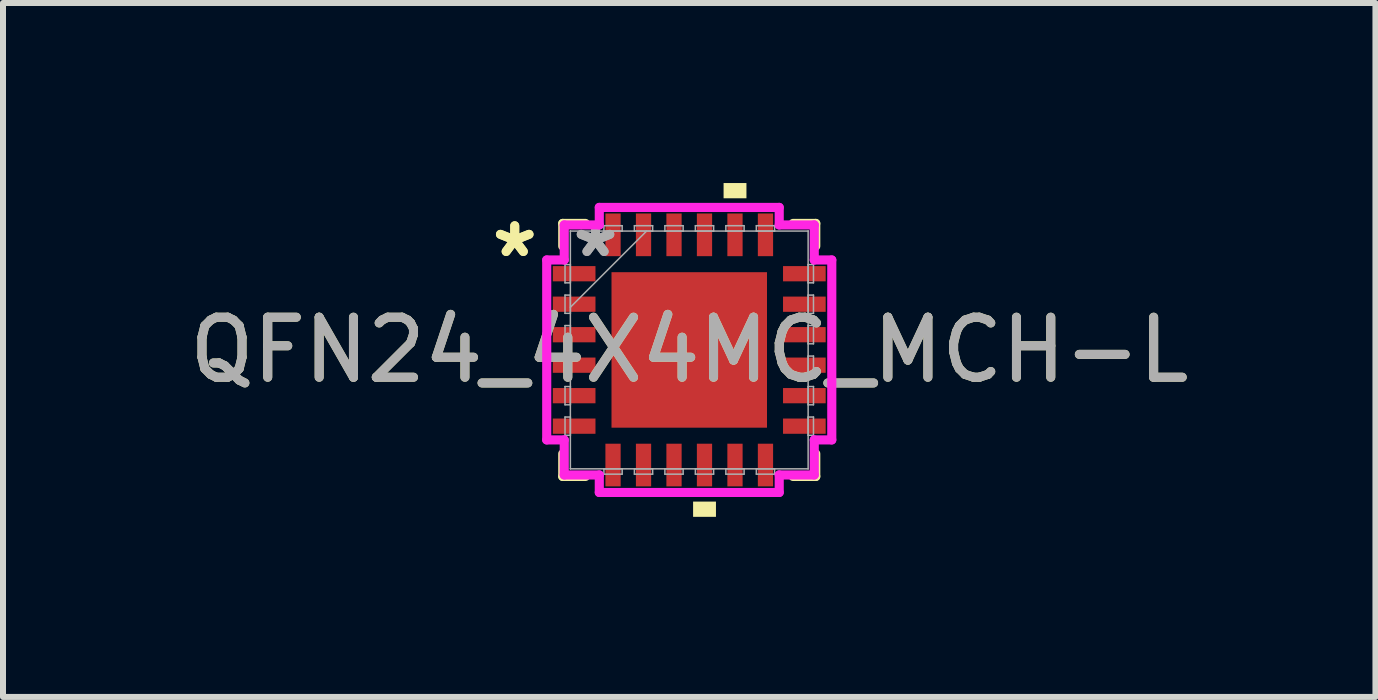
<source format=kicad_pcb>
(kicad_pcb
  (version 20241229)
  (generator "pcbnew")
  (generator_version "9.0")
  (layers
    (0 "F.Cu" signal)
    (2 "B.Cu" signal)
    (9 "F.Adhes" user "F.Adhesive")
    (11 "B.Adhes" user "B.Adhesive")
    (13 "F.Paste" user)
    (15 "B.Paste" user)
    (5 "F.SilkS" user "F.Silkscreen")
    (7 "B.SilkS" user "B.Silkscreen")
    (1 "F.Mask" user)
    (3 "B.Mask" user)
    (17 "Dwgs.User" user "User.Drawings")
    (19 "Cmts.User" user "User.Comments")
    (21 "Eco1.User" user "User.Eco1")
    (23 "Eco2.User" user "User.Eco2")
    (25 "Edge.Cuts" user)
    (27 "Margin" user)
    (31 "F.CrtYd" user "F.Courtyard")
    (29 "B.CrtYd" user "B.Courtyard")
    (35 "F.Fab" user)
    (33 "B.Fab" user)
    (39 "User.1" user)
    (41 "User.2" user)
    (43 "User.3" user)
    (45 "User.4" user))
  (footprint "QFN24_4X4MC_MCH-L"
    (layer "F.Cu")
    (at 8.435 2.781)
    (property "Reference" "QFN24_4X4MC_MCH-L" (at 0 0 0) (unlocked yes) (layer "F.SilkS") (effects (font (size 1 1) (thickness 0.15))))
    (attr smd)
    (fp_poly (pts (xy -1.359 -1.359) (xy -0.987 -1.359) (xy -0.987 1.359) (xy -1.359 1.359)) (stroke (width 0) (type solid)) (fill yes) (layer "F.Mask"))
    (fp_poly (pts (xy -1.359 -1.359) (xy 1.359 -1.359) (xy 1.359 -0.987) (xy -1.359 -0.987)) (stroke (width 0) (type solid)) (fill yes) (layer "F.Mask"))
    (fp_poly (pts (xy -1.359 -0.587) (xy 1.359 -0.587) (xy 1.359 -0.2) (xy -1.359 -0.2)) (stroke (width 0) (type solid)) (fill yes) (layer "F.Mask"))
    (fp_poly (pts (xy -1.359 0.2) (xy 1.359 0.2) (xy 1.359 0.587) (xy -1.359 0.587)) (stroke (width 0) (type solid)) (fill yes) (layer "F.Mask"))
    (fp_poly (pts (xy -1.359 0.987) (xy 1.359 0.987) (xy 1.359 1.359) (xy -1.359 1.359)) (stroke (width 0) (type solid)) (fill yes) (layer "F.Mask"))
    (fp_poly (pts (xy -0.2 -1.359) (xy -0.587 -1.359) (xy -0.587 1.359) (xy -0.2 1.359)) (stroke (width 0) (type solid)) (fill yes) (layer "F.Mask"))
    (fp_poly (pts (xy 0.587 -1.359) (xy 0.2 -1.359) (xy 0.2 1.359) (xy 0.587 1.359)) (stroke (width 0) (type solid)) (fill yes) (layer "F.Mask"))
    (fp_poly (pts (xy 0.987 -1.359) (xy 1.359 -1.359) (xy 1.359 1.359) (xy 0.987 1.359)) (stroke (width 0) (type solid)) (fill yes) (layer "F.Mask"))
    (fp_line (start -2.108 -2.108) (end -2.108 -1.73) (stroke (width 0.152) (type solid)) (layer "F.SilkS"))
    (fp_line (start -2.108 1.73) (end -2.108 2.108) (stroke (width 0.152) (type solid)) (layer "F.SilkS"))
    (fp_line (start -2.108 2.108) (end -1.73 2.108) (stroke (width 0.152) (type solid)) (layer "F.SilkS"))
    (fp_line (start -1.73 -2.108) (end -2.108 -2.108) (stroke (width 0.152) (type solid)) (layer "F.SilkS"))
    (fp_line (start 1.73 2.108) (end 2.108 2.108) (stroke (width 0.152) (type solid)) (layer "F.SilkS"))
    (fp_line (start 2.108 -2.108) (end 1.73 -2.108) (stroke (width 0.152) (type solid)) (layer "F.SilkS"))
    (fp_line (start 2.108 -1.73) (end 2.108 -2.108) (stroke (width 0.152) (type solid)) (layer "F.SilkS"))
    (fp_line (start 2.108 2.108) (end 2.108 1.73) (stroke (width 0.152) (type solid)) (layer "F.SilkS"))
    (fp_poly (pts (xy 0.064 2.527) (xy 0.064 2.781) (xy 0.445 2.781) (xy 0.445 2.527)) (stroke (width 0) (type solid)) (fill yes) (layer "F.SilkS"))
    (fp_poly (pts (xy 0.572 -2.527) (xy 0.572 -2.781) (xy 0.953 -2.781) (xy 0.953 -2.527)) (stroke (width 0) (type solid)) (fill yes) (layer "F.SilkS"))
    (fp_poly (pts (xy -1.22 -1.22) (xy -1.22 -0.887) (xy -1.029 -0.887) (xy -0.887 -1.029) (xy -0.887 -1.22)) (stroke (width 0) (type solid)) (fill yes) (layer "F.Paste"))
    (fp_poly (pts (xy -1.22 0.887) (xy -1.22 1.22) (xy -0.887 1.22) (xy -0.887 1.029) (xy -1.029 0.887)) (stroke (width 0) (type solid)) (fill yes) (layer "F.Paste"))
    (fp_poly (pts (xy 0.887 -1.22) (xy 0.887 -1.029) (xy 1.029 -0.887) (xy 1.22 -0.887) (xy 1.22 -1.22)) (stroke (width 0) (type solid)) (fill yes) (layer "F.Paste"))
    (fp_poly (pts (xy 1.029 0.887) (xy 0.887 1.029) (xy 0.887 1.22) (xy 1.22 1.22) (xy 1.22 0.887)) (stroke (width 0) (type solid)) (fill yes) (layer "F.Paste"))
    (fp_poly (pts (xy -1.22 -0.687) (xy -1.22 -0.1) (xy -1.029 -0.1) (xy -0.887 -0.241) (xy -0.887 -0.546) (xy -1.029 -0.687)) (stroke (width 0) (type solid)) (fill yes) (layer "F.Paste"))
    (fp_poly (pts (xy -1.22 0.1) (xy -1.22 0.687) (xy -1.029 0.687) (xy -0.887 0.546) (xy -0.887 0.241) (xy -1.029 0.1)) (stroke (width 0) (type solid)) (fill yes) (layer "F.Paste"))
    (fp_poly (pts (xy -0.687 -1.22) (xy -0.687 -1.029) (xy -0.546 -0.887) (xy -0.241 -0.887) (xy -0.1 -1.029) (xy -0.1 -1.22)) (stroke (width 0) (type solid)) (fill yes) (layer "F.Paste"))
    (fp_poly (pts (xy -0.546 0.887) (xy -0.687 1.029) (xy -0.687 1.22) (xy -0.1 1.22) (xy -0.1 1.029) (xy -0.241 0.887)) (stroke (width 0) (type solid)) (fill yes) (layer "F.Paste"))
    (fp_poly (pts (xy 0.1 -1.22) (xy 0.1 -1.029) (xy 0.241 -0.887) (xy 0.546 -0.887) (xy 0.687 -1.029) (xy 0.687 -1.22)) (stroke (width 0) (type solid)) (fill yes) (layer "F.Paste"))
    (fp_poly (pts (xy 0.241 0.887) (xy 0.1 1.029) (xy 0.1 1.22) (xy 0.687 1.22) (xy 0.687 1.029) (xy 0.546 0.887)) (stroke (width 0) (type solid)) (fill yes) (layer "F.Paste"))
    (fp_poly (pts (xy 1.029 -0.687) (xy 0.887 -0.546) (xy 0.887 -0.241) (xy 1.029 -0.1) (xy 1.22 -0.1) (xy 1.22 -0.687)) (stroke (width 0) (type solid)) (fill yes) (layer "F.Paste"))
    (fp_poly (pts (xy 1.029 0.1) (xy 0.887 0.241) (xy 0.887 0.546) (xy 1.029 0.687) (xy 1.22 0.687) (xy 1.22 0.1)) (stroke (width 0) (type solid)) (fill yes) (layer "F.Paste"))
    (fp_poly (pts (xy -0.546 -0.687) (xy -0.687 -0.546) (xy -0.687 -0.241) (xy -0.546 -0.1) (xy -0.241 -0.1) (xy -0.1 -0.241) (xy -0.1 -0.546) (xy -0.241 -0.687)) (stroke (width 0) (type solid)) (fill yes) (layer "F.Paste"))
    (fp_poly (pts (xy -0.546 0.1) (xy -0.687 0.241) (xy -0.687 0.546) (xy -0.546 0.687) (xy -0.241 0.687) (xy -0.1 0.546) (xy -0.1 0.241) (xy -0.241 0.1)) (stroke (width 0) (type solid)) (fill yes) (layer "F.Paste"))
    (fp_poly (pts (xy 0.241 -0.687) (xy 0.1 -0.546) (xy 0.1 -0.241) (xy 0.241 -0.1) (xy 0.546 -0.1) (xy 0.687 -0.241) (xy 0.687 -0.546) (xy 0.546 -0.687)) (stroke (width 0) (type solid)) (fill yes) (layer "F.Paste"))
    (fp_poly (pts (xy 0.241 0.1) (xy 0.1 0.241) (xy 0.1 0.546) (xy 0.241 0.687) (xy 0.546 0.687) (xy 0.687 0.546) (xy 0.687 0.241) (xy 0.546 0.1)) (stroke (width 0) (type solid)) (fill yes) (layer "F.Paste"))
    (fp_circle (center -0.787 -0.787) (end -0.47 -0.787) (stroke (width 0.127) (type solid)) (fill no) (layer "Eco1.User"))
    (fp_circle (center -0.787 0) (end -0.47 0) (stroke (width 0.127) (type solid)) (fill no) (layer "Eco1.User"))
    (fp_circle (center -0.787 0.787) (end -0.47 0.787) (stroke (width 0.127) (type solid)) (fill no) (layer "Eco1.User"))
    (fp_circle (center 0 -0.787) (end 0.318 -0.787) (stroke (width 0.127) (type solid)) (fill no) (layer "Eco1.User"))
    (fp_circle (center 0 0) (end 0.318 0) (stroke (width 0.127) (type solid)) (fill no) (layer "Eco1.User"))
    (fp_circle (center 0 0.787) (end 0.318 0.787) (stroke (width 0.127) (type solid)) (fill no) (layer "Eco1.User"))
    (fp_circle (center 0.787 -0.787) (end 1.105 -0.787) (stroke (width 0.127) (type solid)) (fill no) (layer "Eco1.User"))
    (fp_circle (center 0.787 0) (end 1.105 0) (stroke (width 0.127) (type solid)) (fill no) (layer "Eco1.User"))
    (fp_circle (center 0.787 0.787) (end 1.105 0.787) (stroke (width 0.127) (type solid)) (fill no) (layer "Eco1.User"))
    (fp_line (start -2.375 -1.499) (end -2.083 -1.499) (stroke (width 0.152) (type solid)) (layer "F.CrtYd"))
    (fp_line (start -2.375 1.499) (end -2.375 -1.499) (stroke (width 0.152) (type solid)) (layer "F.CrtYd"))
    (fp_line (start -2.083 -2.083) (end -1.499 -2.083) (stroke (width 0.152) (type solid)) (layer "F.CrtYd"))
    (fp_line (start -2.083 -1.499) (end -2.083 -2.083) (stroke (width 0.152) (type solid)) (layer "F.CrtYd"))
    (fp_line (start -2.083 1.499) (end -2.375 1.499) (stroke (width 0.152) (type solid)) (layer "F.CrtYd"))
    (fp_line (start -2.083 2.083) (end -2.083 1.499) (stroke (width 0.152) (type solid)) (layer "F.CrtYd"))
    (fp_line (start -1.499 -2.375) (end 1.499 -2.375) (stroke (width 0.152) (type solid)) (layer "F.CrtYd"))
    (fp_line (start -1.499 -2.083) (end -1.499 -2.375) (stroke (width 0.152) (type solid)) (layer "F.CrtYd"))
    (fp_line (start -1.499 2.083) (end -2.083 2.083) (stroke (width 0.152) (type solid)) (layer "F.CrtYd"))
    (fp_line (start -1.499 2.375) (end -1.499 2.083) (stroke (width 0.152) (type solid)) (layer "F.CrtYd"))
    (fp_line (start 1.499 -2.375) (end 1.499 -2.083) (stroke (width 0.152) (type solid)) (layer "F.CrtYd"))
    (fp_line (start 1.499 -2.083) (end 2.083 -2.083) (stroke (width 0.152) (type solid)) (layer "F.CrtYd"))
    (fp_line (start 1.499 2.083) (end 1.499 2.375) (stroke (width 0.152) (type solid)) (layer "F.CrtYd"))
    (fp_line (start 1.499 2.375) (end -1.499 2.375) (stroke (width 0.152) (type solid)) (layer "F.CrtYd"))
    (fp_line (start 2.083 -2.083) (end 2.083 -1.499) (stroke (width 0.152) (type solid)) (layer "F.CrtYd"))
    (fp_line (start 2.083 -1.499) (end 2.375 -1.499) (stroke (width 0.152) (type solid)) (layer "F.CrtYd"))
    (fp_line (start 2.083 1.499) (end 2.083 2.083) (stroke (width 0.152) (type solid)) (layer "F.CrtYd"))
    (fp_line (start 2.083 2.083) (end 1.499 2.083) (stroke (width 0.152) (type solid)) (layer "F.CrtYd"))
    (fp_line (start 2.375 -1.499) (end 2.375 1.499) (stroke (width 0.152) (type solid)) (layer "F.CrtYd"))
    (fp_line (start 2.375 1.499) (end 2.083 1.499) (stroke (width 0.152) (type solid)) (layer "F.CrtYd"))
    (fp_line (start -2.07 -1.422) (end -2.07 -1.118) (stroke (width 0.025) (type solid)) (layer "F.Fab"))
    (fp_line (start -2.07 -1.118) (end -1.981 -1.118) (stroke (width 0.025) (type solid)) (layer "F.Fab"))
    (fp_line (start -2.07 -0.914) (end -2.07 -0.61) (stroke (width 0.025) (type solid)) (layer "F.Fab"))
    (fp_line (start -2.07 -0.61) (end -1.981 -0.61) (stroke (width 0.025) (type solid)) (layer "F.Fab"))
    (fp_line (start -2.07 -0.406) (end -2.07 -0.102) (stroke (width 0.025) (type solid)) (layer "F.Fab"))
    (fp_line (start -2.07 -0.102) (end -1.981 -0.102) (stroke (width 0.025) (type solid)) (layer "F.Fab"))
    (fp_line (start -2.07 0.102) (end -2.07 0.406) (stroke (width 0.025) (type solid)) (layer "F.Fab"))
    (fp_line (start -2.07 0.406) (end -1.981 0.406) (stroke (width 0.025) (type solid)) (layer "F.Fab"))
    (fp_line (start -2.07 0.61) (end -2.07 0.914) (stroke (width 0.025) (type solid)) (layer "F.Fab"))
    (fp_line (start -2.07 0.914) (end -1.981 0.914) (stroke (width 0.025) (type solid)) (layer "F.Fab"))
    (fp_line (start -2.07 1.118) (end -2.07 1.422) (stroke (width 0.025) (type solid)) (layer "F.Fab"))
    (fp_line (start -2.07 1.422) (end -1.981 1.422) (stroke (width 0.025) (type solid)) (layer "F.Fab"))
    (fp_line (start -1.981 -1.981) (end -1.981 -1.981) (stroke (width 0.025) (type solid)) (layer "F.Fab"))
    (fp_line (start -1.981 -1.981) (end -1.981 1.981) (stroke (width 0.025) (type solid)) (layer "F.Fab"))
    (fp_line (start -1.981 -1.422) (end -2.07 -1.422) (stroke (width 0.025) (type solid)) (layer "F.Fab"))
    (fp_line (start -1.981 -1.118) (end -1.981 -1.422) (stroke (width 0.025) (type solid)) (layer "F.Fab"))
    (fp_line (start -1.981 -0.914) (end -2.07 -0.914) (stroke (width 0.025) (type solid)) (layer "F.Fab"))
    (fp_line (start -1.981 -0.711) (end -0.711 -1.981) (stroke (width 0.025) (type solid)) (layer "F.Fab"))
    (fp_line (start -1.981 -0.61) (end -1.981 -0.914) (stroke (width 0.025) (type solid)) (layer "F.Fab"))
    (fp_line (start -1.981 -0.406) (end -2.07 -0.406) (stroke (width 0.025) (type solid)) (layer "F.Fab"))
    (fp_line (start -1.981 -0.102) (end -1.981 -0.406) (stroke (width 0.025) (type solid)) (layer "F.Fab"))
    (fp_line (start -1.981 0.102) (end -2.07 0.102) (stroke (width 0.025) (type solid)) (layer "F.Fab"))
    (fp_line (start -1.981 0.406) (end -1.981 0.102) (stroke (width 0.025) (type solid)) (layer "F.Fab"))
    (fp_line (start -1.981 0.61) (end -2.07 0.61) (stroke (width 0.025) (type solid)) (layer "F.Fab"))
    (fp_line (start -1.981 0.914) (end -1.981 0.61) (stroke (width 0.025) (type solid)) (layer "F.Fab"))
    (fp_line (start -1.981 1.118) (end -2.07 1.118) (stroke (width 0.025) (type solid)) (layer "F.Fab"))
    (fp_line (start -1.981 1.422) (end -1.981 1.118) (stroke (width 0.025) (type solid)) (layer "F.Fab"))
    (fp_line (start -1.981 1.981) (end -1.981 1.981) (stroke (width 0.025) (type solid)) (layer "F.Fab"))
    (fp_line (start -1.981 1.981) (end 1.981 1.981) (stroke (width 0.025) (type solid)) (layer "F.Fab"))
    (fp_line (start -1.422 -2.07) (end -1.422 -1.981) (stroke (width 0.025) (type solid)) (layer "F.Fab"))
    (fp_line (start -1.422 -1.981) (end -1.118 -1.981) (stroke (width 0.025) (type solid)) (layer "F.Fab"))
    (fp_line (start -1.422 1.981) (end -1.422 2.07) (stroke (width 0.025) (type solid)) (layer "F.Fab"))
    (fp_line (start -1.422 2.07) (end -1.118 2.07) (stroke (width 0.025) (type solid)) (layer "F.Fab"))
    (fp_line (start -1.118 -2.07) (end -1.422 -2.07) (stroke (width 0.025) (type solid)) (layer "F.Fab"))
    (fp_line (start -1.118 -1.981) (end -1.118 -2.07) (stroke (width 0.025) (type solid)) (layer "F.Fab"))
    (fp_line (start -1.118 1.981) (end -1.422 1.981) (stroke (width 0.025) (type solid)) (layer "F.Fab"))
    (fp_line (start -1.118 2.07) (end -1.118 1.981) (stroke (width 0.025) (type solid)) (layer "F.Fab"))
    (fp_line (start -0.914 -2.07) (end -0.914 -1.981) (stroke (width 0.025) (type solid)) (layer "F.Fab"))
    (fp_line (start -0.914 -1.981) (end -0.61 -1.981) (stroke (width 0.025) (type solid)) (layer "F.Fab"))
    (fp_line (start -0.914 1.981) (end -0.914 2.07) (stroke (width 0.025) (type solid)) (layer "F.Fab"))
    (fp_line (start -0.914 2.07) (end -0.61 2.07) (stroke (width 0.025) (type solid)) (layer "F.Fab"))
    (fp_line (start -0.61 -2.07) (end -0.914 -2.07) (stroke (width 0.025) (type solid)) (layer "F.Fab"))
    (fp_line (start -0.61 -1.981) (end -0.61 -2.07) (stroke (width 0.025) (type solid)) (layer "F.Fab"))
    (fp_line (start -0.61 1.981) (end -0.914 1.981) (stroke (width 0.025) (type solid)) (layer "F.Fab"))
    (fp_line (start -0.61 2.07) (end -0.61 1.981) (stroke (width 0.025) (type solid)) (layer "F.Fab"))
    (fp_line (start -0.406 -2.07) (end -0.406 -1.981) (stroke (width 0.025) (type solid)) (layer "F.Fab"))
    (fp_line (start -0.406 -1.981) (end -0.102 -1.981) (stroke (width 0.025) (type solid)) (layer "F.Fab"))
    (fp_line (start -0.406 1.981) (end -0.406 2.07) (stroke (width 0.025) (type solid)) (layer "F.Fab"))
    (fp_line (start -0.406 2.07) (end -0.102 2.07) (stroke (width 0.025) (type solid)) (layer "F.Fab"))
    (fp_line (start -0.102 -2.07) (end -0.406 -2.07) (stroke (width 0.025) (type solid)) (layer "F.Fab"))
    (fp_line (start -0.102 -1.981) (end -0.102 -2.07) (stroke (width 0.025) (type solid)) (layer "F.Fab"))
    (fp_line (start -0.102 1.981) (end -0.406 1.981) (stroke (width 0.025) (type solid)) (layer "F.Fab"))
    (fp_line (start -0.102 2.07) (end -0.102 1.981) (stroke (width 0.025) (type solid)) (layer "F.Fab"))
    (fp_line (start 0.102 -2.07) (end 0.102 -1.981) (stroke (width 0.025) (type solid)) (layer "F.Fab"))
    (fp_line (start 0.102 -1.981) (end 0.406 -1.981) (stroke (width 0.025) (type solid)) (layer "F.Fab"))
    (fp_line (start 0.102 1.981) (end 0.102 2.07) (stroke (width 0.025) (type solid)) (layer "F.Fab"))
    (fp_line (start 0.102 2.07) (end 0.406 2.07) (stroke (width 0.025) (type solid)) (layer "F.Fab"))
    (fp_line (start 0.406 -2.07) (end 0.102 -2.07) (stroke (width 0.025) (type solid)) (layer "F.Fab"))
    (fp_line (start 0.406 -1.981) (end 0.406 -2.07) (stroke (width 0.025) (type solid)) (layer "F.Fab"))
    (fp_line (start 0.406 1.981) (end 0.102 1.981) (stroke (width 0.025) (type solid)) (layer "F.Fab"))
    (fp_line (start 0.406 2.07) (end 0.406 1.981) (stroke (width 0.025) (type solid)) (layer "F.Fab"))
    (fp_line (start 0.61 -2.07) (end 0.61 -1.981) (stroke (width 0.025) (type solid)) (layer "F.Fab"))
    (fp_line (start 0.61 -1.981) (end 0.914 -1.981) (stroke (width 0.025) (type solid)) (layer "F.Fab"))
    (fp_line (start 0.61 1.981) (end 0.61 2.07) (stroke (width 0.025) (type solid)) (layer "F.Fab"))
    (fp_line (start 0.61 2.07) (end 0.914 2.07) (stroke (width 0.025) (type solid)) (layer "F.Fab"))
    (fp_line (start 0.914 -2.07) (end 0.61 -2.07) (stroke (width 0.025) (type solid)) (layer "F.Fab"))
    (fp_line (start 0.914 -1.981) (end 0.914 -2.07) (stroke (width 0.025) (type solid)) (layer "F.Fab"))
    (fp_line (start 0.914 1.981) (end 0.61 1.981) (stroke (width 0.025) (type solid)) (layer "F.Fab"))
    (fp_line (start 0.914 2.07) (end 0.914 1.981) (stroke (width 0.025) (type solid)) (layer "F.Fab"))
    (fp_line (start 1.118 -2.07) (end 1.118 -1.981) (stroke (width 0.025) (type solid)) (layer "F.Fab"))
    (fp_line (start 1.118 -1.981) (end 1.422 -1.981) (stroke (width 0.025) (type solid)) (layer "F.Fab"))
    (fp_line (start 1.118 1.981) (end 1.118 2.07) (stroke (width 0.025) (type solid)) (layer "F.Fab"))
    (fp_line (start 1.118 2.07) (end 1.422 2.07) (stroke (width 0.025) (type solid)) (layer "F.Fab"))
    (fp_line (start 1.422 -2.07) (end 1.118 -2.07) (stroke (width 0.025) (type solid)) (layer "F.Fab"))
    (fp_line (start 1.422 -1.981) (end 1.422 -2.07) (stroke (width 0.025) (type solid)) (layer "F.Fab"))
    (fp_line (start 1.422 1.981) (end 1.118 1.981) (stroke (width 0.025) (type solid)) (layer "F.Fab"))
    (fp_line (start 1.422 2.07) (end 1.422 1.981) (stroke (width 0.025) (type solid)) (layer "F.Fab"))
    (fp_line (start 1.981 -1.981) (end -1.981 -1.981) (stroke (width 0.025) (type solid)) (layer "F.Fab"))
    (fp_line (start 1.981 -1.981) (end 1.981 -1.981) (stroke (width 0.025) (type solid)) (layer "F.Fab"))
    (fp_line (start 1.981 -1.422) (end 1.981 -1.118) (stroke (width 0.025) (type solid)) (layer "F.Fab"))
    (fp_line (start 1.981 -1.118) (end 2.07 -1.118) (stroke (width 0.025) (type solid)) (layer "F.Fab"))
    (fp_line (start 1.981 -0.914) (end 1.981 -0.61) (stroke (width 0.025) (type solid)) (layer "F.Fab"))
    (fp_line (start 1.981 -0.61) (end 2.07 -0.61) (stroke (width 0.025) (type solid)) (layer "F.Fab"))
    (fp_line (start 1.981 -0.406) (end 1.981 -0.102) (stroke (width 0.025) (type solid)) (layer "F.Fab"))
    (fp_line (start 1.981 -0.102) (end 2.07 -0.102) (stroke (width 0.025) (type solid)) (layer "F.Fab"))
    (fp_line (start 1.981 0.102) (end 1.981 0.406) (stroke (width 0.025) (type solid)) (layer "F.Fab"))
    (fp_line (start 1.981 0.406) (end 2.07 0.406) (stroke (width 0.025) (type solid)) (layer "F.Fab"))
    (fp_line (start 1.981 0.61) (end 1.981 0.914) (stroke (width 0.025) (type solid)) (layer "F.Fab"))
    (fp_line (start 1.981 0.914) (end 2.07 0.914) (stroke (width 0.025) (type solid)) (layer "F.Fab"))
    (fp_line (start 1.981 1.118) (end 1.981 1.422) (stroke (width 0.025) (type solid)) (layer "F.Fab"))
    (fp_line (start 1.981 1.422) (end 2.07 1.422) (stroke (width 0.025) (type solid)) (layer "F.Fab"))
    (fp_line (start 1.981 1.981) (end 1.981 -1.981) (stroke (width 0.025) (type solid)) (layer "F.Fab"))
    (fp_line (start 1.981 1.981) (end 1.981 1.981) (stroke (width 0.025) (type solid)) (layer "F.Fab"))
    (fp_line (start 2.07 -1.422) (end 1.981 -1.422) (stroke (width 0.025) (type solid)) (layer "F.Fab"))
    (fp_line (start 2.07 -1.118) (end 2.07 -1.422) (stroke (width 0.025) (type solid)) (layer "F.Fab"))
    (fp_line (start 2.07 -0.914) (end 1.981 -0.914) (stroke (width 0.025) (type solid)) (layer "F.Fab"))
    (fp_line (start 2.07 -0.61) (end 2.07 -0.914) (stroke (width 0.025) (type solid)) (layer "F.Fab"))
    (fp_line (start 2.07 -0.406) (end 1.981 -0.406) (stroke (width 0.025) (type solid)) (layer "F.Fab"))
    (fp_line (start 2.07 -0.102) (end 2.07 -0.406) (stroke (width 0.025) (type solid)) (layer "F.Fab"))
    (fp_line (start 2.07 0.102) (end 1.981 0.102) (stroke (width 0.025) (type solid)) (layer "F.Fab"))
    (fp_line (start 2.07 0.406) (end 2.07 0.102) (stroke (width 0.025) (type solid)) (layer "F.Fab"))
    (fp_line (start 2.07 0.61) (end 1.981 0.61) (stroke (width 0.025) (type solid)) (layer "F.Fab"))
    (fp_line (start 2.07 0.914) (end 2.07 0.61) (stroke (width 0.025) (type solid)) (layer "F.Fab"))
    (fp_line (start 2.07 1.118) (end 1.981 1.118) (stroke (width 0.025) (type solid)) (layer "F.Fab"))
    (fp_line (start 2.07 1.422) (end 2.07 1.118) (stroke (width 0.025) (type solid)) (layer "F.Fab"))
    (fp_text user "*" (at -2.908 -1.524 0) (unlocked yes) (layer "F.SilkS") (effects (font (size 1 1) (thickness 0.15))))
    (fp_text user "*" (at -2.908 -1.524 0) (layer "F.SilkS") (effects (font (size 1 1) (thickness 0.15))))
    (fp_text user "*" (at -1.562 -1.524 0) (unlocked yes) (layer "F.Fab") (effects (font (size 1 1) (thickness 0.15))))
    (fp_text user "*" (at -1.562 -1.524 0) (layer "F.Fab") (effects (font (size 1 1) (thickness 0.15))))
    (fp_text user "${REFERENCE}" (at 0 0 0) (unlocked yes) (layer "F.Fab") (effects (font (size 1 1) (thickness 0.15))))
    (pad "1" smd rect (at -1.918 -1.27 90) (size 0.254 0.711) (layers "F.Cu" "F.Mask" "F.Paste"))
    (pad "2" smd rect (at -1.918 -0.762 90) (size 0.254 0.711) (layers "F.Cu" "F.Mask" "F.Paste"))
    (pad "3" smd rect (at -1.918 -0.254 90) (size 0.254 0.711) (layers "F.Cu" "F.Mask" "F.Paste"))
    (pad "4" smd rect (at -1.918 0.254 90) (size 0.254 0.711) (layers "F.Cu" "F.Mask" "F.Paste"))
    (pad "5" smd rect (at -1.918 0.762 90) (size 0.254 0.711) (layers "F.Cu" "F.Mask" "F.Paste"))
    (pad "6" smd rect (at -1.918 1.27 90) (size 0.254 0.711) (layers "F.Cu" "F.Mask" "F.Paste"))
    (pad "7" smd rect (at -1.27 1.918) (size 0.254 0.711) (layers "F.Cu" "F.Mask" "F.Paste"))
    (pad "8" smd rect (at -0.762 1.918) (size 0.254 0.711) (layers "F.Cu" "F.Mask" "F.Paste"))
    (pad "9" smd rect (at -0.254 1.918) (size 0.254 0.711) (layers "F.Cu" "F.Mask" "F.Paste"))
    (pad "10" smd rect (at 0.254 1.918) (size 0.254 0.711) (layers "F.Cu" "F.Mask" "F.Paste"))
    (pad "11" smd rect (at 0.762 1.918) (size 0.254 0.711) (layers "F.Cu" "F.Mask" "F.Paste"))
    (pad "12" smd rect (at 1.27 1.918) (size 0.254 0.711) (layers "F.Cu" "F.Mask" "F.Paste"))
    (pad "13" smd rect (at 1.918 1.27 90) (size 0.254 0.711) (layers "F.Cu" "F.Mask" "F.Paste"))
    (pad "14" smd rect (at 1.918 0.762 90) (size 0.254 0.711) (layers "F.Cu" "F.Mask" "F.Paste"))
    (pad "15" smd rect (at 1.918 0.254 90) (size 0.254 0.711) (layers "F.Cu" "F.Mask" "F.Paste"))
    (pad "16" smd rect (at 1.918 -0.254 90) (size 0.254 0.711) (layers "F.Cu" "F.Mask" "F.Paste"))
    (pad "17" smd rect (at 1.918 -0.762 90) (size 0.254 0.711) (layers "F.Cu" "F.Mask" "F.Paste"))
    (pad "18" smd rect (at 1.918 -1.27 90) (size 0.254 0.711) (layers "F.Cu" "F.Mask" "F.Paste"))
    (pad "19" smd rect (at 1.27 -1.918) (size 0.254 0.711) (layers "F.Cu" "F.Mask" "F.Paste"))
    (pad "20" smd rect (at 0.762 -1.918) (size 0.254 0.711) (layers "F.Cu" "F.Mask" "F.Paste"))
    (pad "21" smd rect (at 0.254 -1.918) (size 0.254 0.711) (layers "F.Cu" "F.Mask" "F.Paste"))
    (pad "22" smd rect (at -0.254 -1.918) (size 0.254 0.711) (layers "F.Cu" "F.Mask" "F.Paste"))
    (pad "23" smd rect (at -0.762 -1.918) (size 0.254 0.711) (layers "F.Cu" "F.Mask" "F.Paste"))
    (pad "24" smd rect (at -1.27 -1.918) (size 0.254 0.711) (layers "F.Cu" "F.Mask" "F.Paste"))
    (pad "25" smd rect (at 0 0) (size 2.591 2.591) (layers "F.Cu")))
  (gr_rect
    (start -3 -3)
    (end 19.869 8.563)
    (stroke (width 0.1) (type default))
    (fill no)
    (layer "Edge.Cuts")))
</source>
